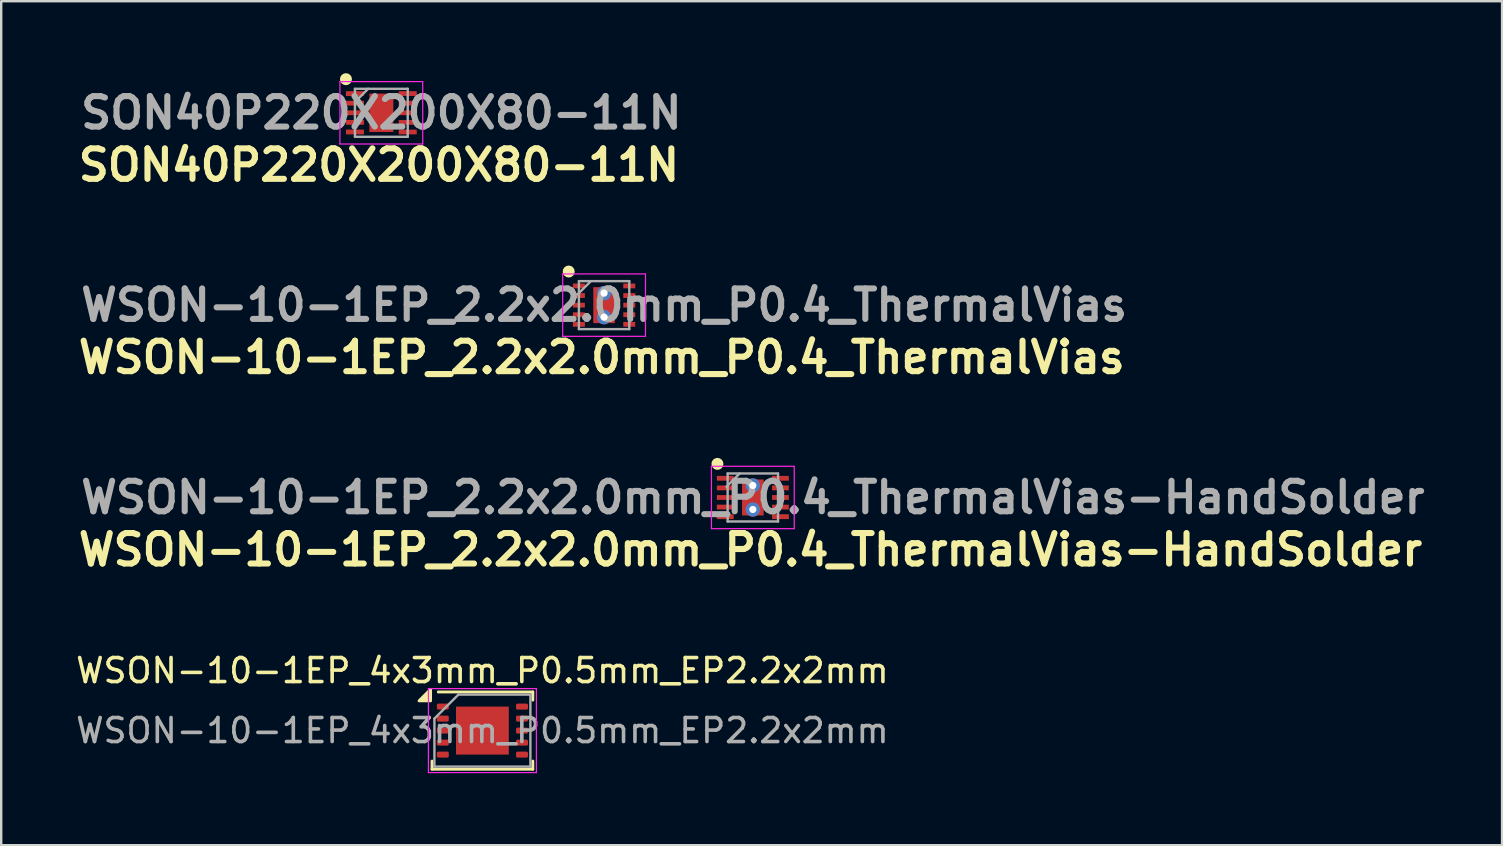
<source format=kicad_pcb>
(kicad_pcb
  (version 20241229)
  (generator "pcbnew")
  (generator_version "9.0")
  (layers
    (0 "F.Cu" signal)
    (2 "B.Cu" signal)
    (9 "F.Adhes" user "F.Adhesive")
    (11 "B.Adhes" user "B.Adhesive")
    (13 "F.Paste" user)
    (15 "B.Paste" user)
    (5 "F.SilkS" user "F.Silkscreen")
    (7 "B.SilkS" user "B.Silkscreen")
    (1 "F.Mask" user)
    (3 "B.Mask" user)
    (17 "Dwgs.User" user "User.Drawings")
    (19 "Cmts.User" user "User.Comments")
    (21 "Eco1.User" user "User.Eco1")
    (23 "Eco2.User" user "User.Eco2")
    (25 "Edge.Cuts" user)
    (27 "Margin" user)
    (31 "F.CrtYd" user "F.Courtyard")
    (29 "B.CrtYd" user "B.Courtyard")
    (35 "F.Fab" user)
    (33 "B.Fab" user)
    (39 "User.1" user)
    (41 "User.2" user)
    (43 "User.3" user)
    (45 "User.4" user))
  (footprint "SON40P220X200X80-11N"
    (layer "F.Cu")
    (at 12.842 1.65)
    (property "Reference" "SON40P220X200X80-11N" (at -0.1 2.178 0) (layer "F.SilkS") (effects (font (size 1.27 1.27) (thickness 0.254))))
    (attr smd)
    (fp_circle (center -1.475 -1.4) (end -1.475 -1.275) (stroke (width 0.25) (type solid)) (fill no) (layer "F.SilkS"))
    (fp_line (start -1.725 -1.3) (end 1.725 -1.3) (stroke (width 0.05) (type solid)) (layer "F.CrtYd"))
    (fp_line (start -1.725 1.3) (end -1.725 -1.3) (stroke (width 0.05) (type solid)) (layer "F.CrtYd"))
    (fp_line (start 1.725 -1.3) (end 1.725 1.3) (stroke (width 0.05) (type solid)) (layer "F.CrtYd"))
    (fp_line (start 1.725 1.3) (end -1.725 1.3) (stroke (width 0.05) (type solid)) (layer "F.CrtYd"))
    (fp_line (start -1.1 -1) (end 1.1 -1) (stroke (width 0.1) (type solid)) (layer "F.Fab"))
    (fp_line (start -1.1 -0.45) (end -0.55 -1) (stroke (width 0.1) (type solid)) (layer "F.Fab"))
    (fp_line (start -1.1 1) (end -1.1 -1) (stroke (width 0.1) (type solid)) (layer "F.Fab"))
    (fp_line (start 1.1 -1) (end 1.1 1) (stroke (width 0.1) (type solid)) (layer "F.Fab"))
    (fp_line (start 1.1 1) (end -1.1 1) (stroke (width 0.1) (type solid)) (layer "F.Fab"))
    (fp_text user "${REFERENCE}" (at 0 0 0) (layer "F.Fab") (effects (font (size 1.27 1.27) (thickness 0.254))))
    (pad "1" smd rect (at -1.1 -0.8 90) (size 0.2 0.75) (layers "F.Cu" "F.Mask" "F.Paste"))
    (pad "2" smd rect (at -1.1 -0.4 90) (size 0.2 0.75) (layers "F.Cu" "F.Mask" "F.Paste"))
    (pad "3" smd rect (at -1.1 0 90) (size 0.2 0.75) (layers "F.Cu" "F.Mask" "F.Paste"))
    (pad "4" smd rect (at -1.1 0.4 90) (size 0.2 0.75) (layers "F.Cu" "F.Mask" "F.Paste"))
    (pad "5" smd rect (at -1.1 0.8 90) (size 0.2 0.75) (layers "F.Cu" "F.Mask" "F.Paste"))
    (pad "6" smd rect (at 1.1 0.8 90) (size 0.2 0.75) (layers "F.Cu" "F.Mask" "F.Paste"))
    (pad "7" smd rect (at 1.1 0.4 90) (size 0.2 0.75) (layers "F.Cu" "F.Mask" "F.Paste"))
    (pad "8" smd rect (at 1.1 0 90) (size 0.2 0.75) (layers "F.Cu" "F.Mask" "F.Paste"))
    (pad "9" smd rect (at 1.1 -0.4 90) (size 0.2 0.75) (layers "F.Cu" "F.Mask" "F.Paste"))
    (pad "10" smd rect (at 1.1 -0.8 90) (size 0.2 0.75) (layers "F.Cu" "F.Mask" "F.Paste"))
    (pad "11" smd rect (at 0 0) (size 1 1.6) (layers "F.Cu" "F.Mask" "F.Paste")))
  (footprint "WSON-10-1EP_4x3mm_P0.5mm_EP2.2x2mm"
    (layer "F.Cu")
    (at 17.054 27.397)
    (property "Reference" "WSON-10-1EP_4x3mm_P0.5mm_EP2.2x2mm" (at 0 -2.5 0) (layer "F.SilkS") (effects (font (size 1 1) (thickness 0.15))))
    (attr smd)
    (fp_line (start -2.1 1.27) (end -2.1 1.61) (stroke (width 0.12) (type solid)) (layer "F.SilkS"))
    (fp_line (start -2.1 1.61) (end 2.1 1.61) (stroke (width 0.12) (type solid)) (layer "F.SilkS"))
    (fp_line (start -1.84 -1.61) (end 2.1 -1.61) (stroke (width 0.12) (type solid)) (layer "F.SilkS"))
    (fp_line (start 2.1 -1.27) (end 2.1 -1.61) (stroke (width 0.12) (type solid)) (layer "F.SilkS"))
    (fp_line (start 2.1 1.27) (end 2.1 1.61) (stroke (width 0.12) (type solid)) (layer "F.SilkS"))
    (fp_poly (pts (xy -2.16 -1.24) (xy -2.64 -1.24) (xy -2.16 -1.72) (xy -2.16 -1.24)) (stroke (width 0.12) (type solid)) (fill yes) (layer "F.SilkS"))
    (fp_line (start -2.25 -1.75) (end -2.25 1.75) (stroke (width 0.05) (type solid)) (layer "F.CrtYd"))
    (fp_line (start -2.25 -1.75) (end 2.25 -1.75) (stroke (width 0.05) (type solid)) (layer "F.CrtYd"))
    (fp_line (start -2.25 1.75) (end 2.25 1.75) (stroke (width 0.05) (type solid)) (layer "F.CrtYd"))
    (fp_line (start 2.25 -1.75) (end 2.25 1.75) (stroke (width 0.05) (type solid)) (layer "F.CrtYd"))
    (fp_line (start -2 1.5) (end -2 -0.5) (stroke (width 0.1) (type solid)) (layer "F.Fab"))
    (fp_line (start -1 -1.5) (end -2 -0.5) (stroke (width 0.1) (type solid)) (layer "F.Fab"))
    (fp_line (start -1 -1.5) (end 2 -1.5) (stroke (width 0.1) (type solid)) (layer "F.Fab"))
    (fp_line (start 2 -1.5) (end 2 1.5) (stroke (width 0.1) (type solid)) (layer "F.Fab"))
    (fp_line (start 2 1.5) (end -2 1.5) (stroke (width 0.1) (type solid)) (layer "F.Fab"))
    (fp_text user "${REFERENCE}" (at 0 0 0) (layer "F.Fab") (effects (font (size 1 1) (thickness 0.15))))
    (pad "" smd roundrect (at -0.55 -0.5) (size 0.88 0.8) (layers "F.Paste") (roundrect_rratio 0.25))
    (pad "" smd roundrect (at -0.55 0.5) (size 0.88 0.8) (layers "F.Paste") (roundrect_rratio 0.25))
    (pad "" smd roundrect (at 0.55 -0.5) (size 0.88 0.8) (layers "F.Paste") (roundrect_rratio 0.25))
    (pad "" smd roundrect (at 0.55 0.5) (size 0.88 0.8) (layers "F.Paste") (roundrect_rratio 0.25))
    (pad "1" smd roundrect (at -1.65 -1) (size 0.5 0.25) (layers "F.Cu" "F.Mask" "F.Paste") (roundrect_rratio 0.25))
    (pad "2" smd roundrect (at -1.65 -0.5) (size 0.5 0.25) (layers "F.Cu" "F.Mask" "F.Paste") (roundrect_rratio 0.25))
    (pad "3" smd roundrect (at -1.65 0) (size 0.5 0.25) (layers "F.Cu" "F.Mask" "F.Paste") (roundrect_rratio 0.25))
    (pad "4" smd roundrect (at -1.65 0.5) (size 0.5 0.25) (layers "F.Cu" "F.Mask" "F.Paste") (roundrect_rratio 0.25))
    (pad "5" smd roundrect (at -1.65 1) (size 0.5 0.25) (layers "F.Cu" "F.Mask" "F.Paste") (roundrect_rratio 0.25))
    (pad "6" smd roundrect (at 1.65 1) (size 0.5 0.25) (layers "F.Cu" "F.Mask" "F.Paste") (roundrect_rratio 0.25))
    (pad "7" smd roundrect (at 1.65 0.5) (size 0.5 0.25) (layers "F.Cu" "F.Mask" "F.Paste") (roundrect_rratio 0.25))
    (pad "8" smd roundrect (at 1.65 0) (size 0.5 0.25) (layers "F.Cu" "F.Mask" "F.Paste") (roundrect_rratio 0.25))
    (pad "9" smd roundrect (at 1.65 -0.5) (size 0.5 0.25) (layers "F.Cu" "F.Mask" "F.Paste") (roundrect_rratio 0.25))
    (pad "10" smd roundrect (at 1.65 -1) (size 0.5 0.25) (layers "F.Cu" "F.Mask" "F.Paste") (roundrect_rratio 0.25))
    (pad "11" smd rect (at 0 0) (size 2.2 2) (layers "F.Cu" "F.Mask")))
  (footprint "WSON-10-1EP_2.2x2.0mm_P0.4_ThermalVias"
    (layer "F.Cu")
    (at 22.125 9.666)
    (property "Reference" "WSON-10-1EP_2.2x2.0mm_P0.4_ThermalVias" (at -0.1 2.178 0) (layer "F.SilkS") (effects (font (size 1.27 1.27) (thickness 0.254))))
    (attr smd)
    (fp_circle (center -1.475 -1.4) (end -1.475 -1.275) (stroke (width 0.25) (type solid)) (fill no) (layer "F.SilkS"))
    (fp_line (start -1.725 -1.3) (end 1.725 -1.3) (stroke (width 0.05) (type solid)) (layer "F.CrtYd"))
    (fp_line (start -1.725 1.3) (end -1.725 -1.3) (stroke (width 0.05) (type solid)) (layer "F.CrtYd"))
    (fp_line (start 1.725 -1.3) (end 1.725 1.3) (stroke (width 0.05) (type solid)) (layer "F.CrtYd"))
    (fp_line (start 1.725 1.3) (end -1.725 1.3) (stroke (width 0.05) (type solid)) (layer "F.CrtYd"))
    (fp_line (start -1.1 -0.45) (end -0.55 -1) (stroke (width 0.1) (type solid)) (layer "F.Fab"))
    (fp_line (start -1.05 -1) (end 1.05 -1) (stroke (width 0.1) (type solid)) (layer "F.Fab"))
    (fp_line (start -1.05 1) (end -1.05 -1) (stroke (width 0.1) (type solid)) (layer "F.Fab"))
    (fp_line (start 1.05 -1) (end 1.05 1) (stroke (width 0.1) (type solid)) (layer "F.Fab"))
    (fp_line (start 1.05 1) (end -1.05 1) (stroke (width 0.1) (type solid)) (layer "F.Fab"))
    (fp_text user "${REFERENCE}" (at 0 0 0) (layer "F.Fab") (effects (font (size 1.27 1.27) (thickness 0.254))))
    (pad "1" smd rect (at -1.05 -0.8) (size 0.5 0.2) (layers "F.Cu" "F.Mask" "F.Paste"))
    (pad "2" smd rect (at -1.05 -0.4) (size 0.5 0.2) (layers "F.Cu" "F.Mask" "F.Paste"))
    (pad "3" smd rect (at -1.05 0) (size 0.5 0.2) (layers "F.Cu" "F.Mask" "F.Paste"))
    (pad "4" smd rect (at -1.05 0.4) (size 0.5 0.2) (layers "F.Cu" "F.Mask" "F.Paste"))
    (pad "5" smd rect (at -1.05 0.8) (size 0.5 0.2) (layers "F.Cu" "F.Mask" "F.Paste"))
    (pad "6" smd rect (at 1.05 0.8) (size 0.5 0.2) (layers "F.Cu" "F.Mask" "F.Paste"))
    (pad "7" smd rect (at 1.05 0.4) (size 0.5 0.2) (layers "F.Cu" "F.Mask" "F.Paste"))
    (pad "8" smd rect (at 1.05 0) (size 0.5 0.2) (layers "F.Cu" "F.Mask" "F.Paste"))
    (pad "9" smd rect (at 1.05 -0.4) (size 0.5 0.2) (layers "F.Cu" "F.Mask" "F.Paste"))
    (pad "10" smd rect (at 1.05 -0.8) (size 0.5 0.2) (layers "F.Cu" "F.Mask" "F.Paste"))
    (pad "11" thru_hole circle (at 0 -0.5) (size 0.6 0.6) (drill 0.3) (property pad_prop_heatsink) (layers "*.Cu"))
    (pad "11" smd rect (at 0 0) (size 0.9 1.5) (layers "F.Cu" "F.Mask" "F.Paste"))
    (pad "11" thru_hole circle (at 0 0.5) (size 0.6 0.6) (drill 0.3) (property pad_prop_heatsink) (layers "*.Cu")))
  (footprint "WSON-10-1EP_2.2x2.0mm_P0.4_ThermalVias-HandSolder"
    (layer "F.Cu")
    (at 28.324 17.682)
    (property "Reference" "WSON-10-1EP_2.2x2.0mm_P0.4_ThermalVias-HandSolder" (at -0.1 2.178 0) (layer "F.SilkS") (effects (font (size 1.27 1.27) (thickness 0.254))))
    (attr smd)
    (fp_circle (center -1.475 -1.4) (end -1.475 -1.275) (stroke (width 0.25) (type solid)) (fill no) (layer "F.SilkS"))
    (fp_line (start -1.725 -1.3) (end 1.725 -1.3) (stroke (width 0.05) (type solid)) (layer "F.CrtYd"))
    (fp_line (start -1.725 1.3) (end -1.725 -1.3) (stroke (width 0.05) (type solid)) (layer "F.CrtYd"))
    (fp_line (start 1.725 -1.3) (end 1.725 1.3) (stroke (width 0.05) (type solid)) (layer "F.CrtYd"))
    (fp_line (start 1.725 1.3) (end -1.725 1.3) (stroke (width 0.05) (type solid)) (layer "F.CrtYd"))
    (fp_line (start -1.1 -0.45) (end -0.55 -1) (stroke (width 0.1) (type solid)) (layer "F.Fab"))
    (fp_line (start -1.05 -1) (end 1.05 -1) (stroke (width 0.1) (type solid)) (layer "F.Fab"))
    (fp_line (start -1.05 1) (end -1.05 -1) (stroke (width 0.1) (type solid)) (layer "F.Fab"))
    (fp_line (start 1.05 -1) (end 1.05 1) (stroke (width 0.1) (type solid)) (layer "F.Fab"))
    (fp_line (start 1.05 1) (end -1.05 1) (stroke (width 0.1) (type solid)) (layer "F.Fab"))
    (fp_text user "${REFERENCE}" (at 0 0 0) (layer "F.Fab") (effects (font (size 1.27 1.27) (thickness 0.254))))
    (pad "1" smd rect (at -1.15 -0.8) (size 0.7 0.2) (layers "F.Cu" "F.Mask" "F.Paste"))
    (pad "2" smd rect (at -1.15 -0.4) (size 0.7 0.2) (layers "F.Cu" "F.Mask" "F.Paste"))
    (pad "3" smd rect (at -1.15 0) (size 0.7 0.2) (layers "F.Cu" "F.Mask" "F.Paste"))
    (pad "4" smd rect (at -1.15 0.4) (size 0.7 0.2) (layers "F.Cu" "F.Mask" "F.Paste"))
    (pad "5" smd rect (at -1.15 0.8) (size 0.7 0.2) (layers "F.Cu" "F.Mask" "F.Paste"))
    (pad "6" smd rect (at 1.15 0.8) (size 0.7 0.2) (layers "F.Cu" "F.Mask" "F.Paste"))
    (pad "7" smd rect (at 1.15 0.4) (size 0.7 0.2) (layers "F.Cu" "F.Mask" "F.Paste"))
    (pad "8" smd rect (at 1.15 0) (size 0.7 0.2) (layers "F.Cu" "F.Mask" "F.Paste"))
    (pad "9" smd rect (at 1.15 -0.4) (size 0.7 0.2) (layers "F.Cu" "F.Mask" "F.Paste"))
    (pad "10" smd rect (at 1.15 -0.8) (size 0.7 0.2) (layers "F.Cu" "F.Mask" "F.Paste"))
    (pad "11" thru_hole circle (at 0 -0.5) (size 0.6 0.6) (drill 0.3) (property pad_prop_heatsink) (layers "*.Cu"))
    (pad "11" smd rect (at 0 0) (size 0.9 1.5) (layers "F.Cu" "F.Mask" "F.Paste"))
    (pad "11" thru_hole circle (at 0 0.5) (size 0.6 0.6) (drill 0.3) (property pad_prop_heatsink) (layers "*.Cu")))
  (gr_rect
    (start -3 -3)
    (end 59.548 32.172)
    (stroke (width 0.1) (type default))
    (fill no)
    (layer "Edge.Cuts")))
</source>
